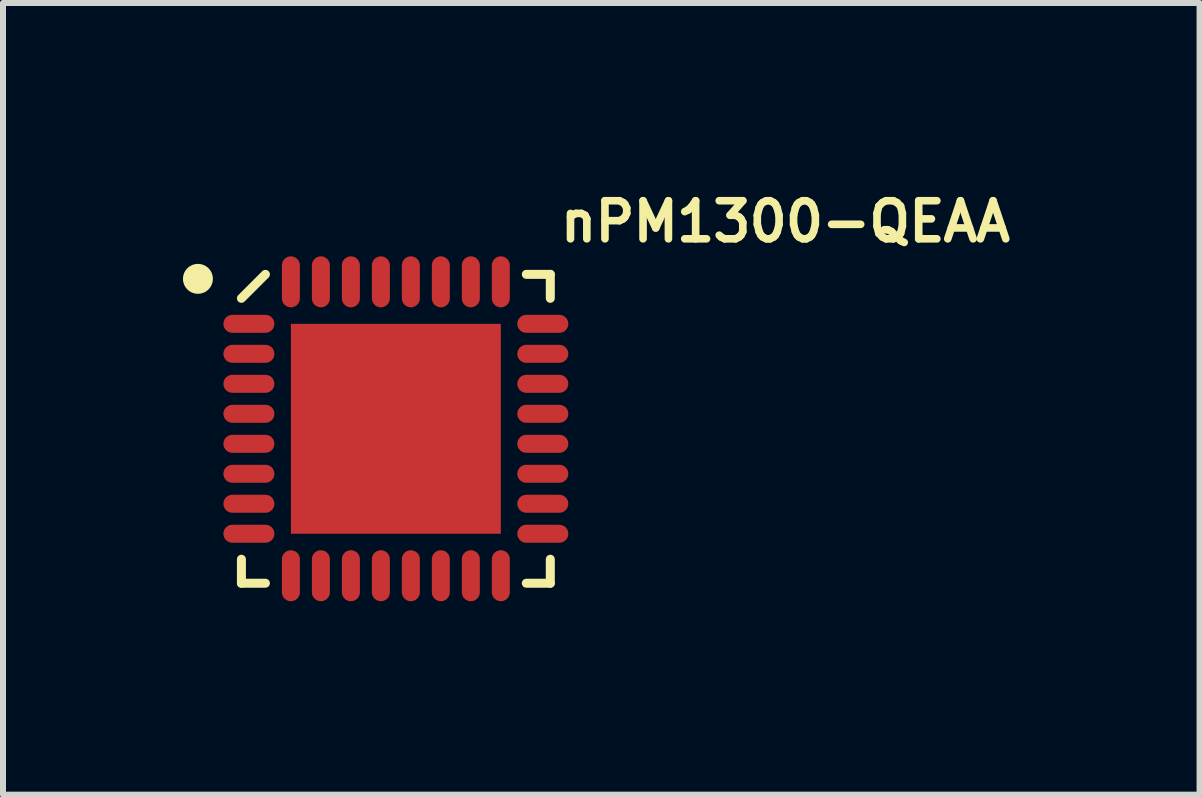
<source format=kicad_pcb>
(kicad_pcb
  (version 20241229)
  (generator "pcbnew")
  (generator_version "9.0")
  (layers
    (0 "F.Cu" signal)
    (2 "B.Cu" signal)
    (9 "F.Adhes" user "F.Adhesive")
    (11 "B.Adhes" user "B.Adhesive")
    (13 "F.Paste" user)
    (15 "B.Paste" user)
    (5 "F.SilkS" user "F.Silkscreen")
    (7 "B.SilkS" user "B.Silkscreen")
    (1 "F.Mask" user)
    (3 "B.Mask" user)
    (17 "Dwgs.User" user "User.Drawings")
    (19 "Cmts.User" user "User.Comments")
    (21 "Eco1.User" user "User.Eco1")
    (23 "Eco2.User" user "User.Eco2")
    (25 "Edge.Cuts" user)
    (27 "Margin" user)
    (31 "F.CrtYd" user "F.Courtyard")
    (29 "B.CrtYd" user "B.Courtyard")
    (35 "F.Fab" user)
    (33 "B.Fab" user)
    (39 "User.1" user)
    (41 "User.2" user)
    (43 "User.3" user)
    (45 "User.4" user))
  (footprint "nPM1300-QEAA"
    (layer "F.Cu")
    (at 3.55 4.099)
    (property "Reference" "nPM1300-QEAA" (at 2.677 -3.083 0) (unlocked yes) (layer "F.SilkS") (effects (font (size 0.635 0.635) (thickness 0.127)) (justify left bottom)))
    (fp_line (start -2.575 -2.175) (end -2.175 -2.575) (stroke (width 0.15) (type solid)) (layer "F.SilkS"))
    (fp_line (start -2.575 2.575) (end -2.575 2.175) (stroke (width 0.15) (type solid)) (layer "F.SilkS"))
    (fp_line (start -2.575 2.575) (end -2.175 2.575) (stroke (width 0.15) (type solid)) (layer "F.SilkS"))
    (fp_line (start 2.175 -2.575) (end 2.575 -2.575) (stroke (width 0.15) (type solid)) (layer "F.SilkS"))
    (fp_line (start 2.175 2.575) (end 2.575 2.575) (stroke (width 0.15) (type solid)) (layer "F.SilkS"))
    (fp_line (start 2.575 -2.175) (end 2.575 -2.575) (stroke (width 0.15) (type solid)) (layer "F.SilkS"))
    (fp_line (start 2.575 2.575) (end 2.575 2.175) (stroke (width 0.15) (type solid)) (layer "F.SilkS"))
    (fp_circle (center -3.3 -2.5) (end -3.3 -2.625) (stroke (width 0.25) (type solid)) (fill no) (layer "F.SilkS"))
    (fp_line (start -3.075 -3.075) (end 3.075 -3.075) (stroke (width 0.05) (type solid)) (layer "Eco1.User"))
    (fp_line (start -3.075 3.075) (end -3.075 -3.075) (stroke (width 0.05) (type solid)) (layer "Eco1.User"))
    (fp_line (start -3.075 3.075) (end 3.075 3.075) (stroke (width 0.05) (type solid)) (layer "Eco1.User"))
    (fp_line (start -0.5 0) (end 0.5 0) (stroke (width 0.1) (type solid)) (layer "Eco1.User"))
    (fp_line (start -0.00001 0.5) (end -0.00001 -0.5) (stroke (width 0.1) (type solid)) (layer "Eco1.User"))
    (fp_line (start 3.075 3.075) (end 3.075 -3.075) (stroke (width 0.05) (type solid)) (layer "Eco1.User"))
    (fp_line (start -2.571 -1.845) (end -2.5 -1.845) (stroke (width 0.1) (type solid)) (layer "User.7"))
    (fp_line (start -2.571 -1.655) (end -2.5 -1.655) (stroke (width 0.1) (type solid)) (layer "User.7"))
    (fp_line (start -2.571 -1.345) (end -2.5 -1.345) (stroke (width 0.1) (type solid)) (layer "User.7"))
    (fp_line (start -2.571 -1.155) (end -2.5 -1.155) (stroke (width 0.1) (type solid)) (layer "User.7"))
    (fp_line (start -2.571 -0.845) (end -2.5 -0.845) (stroke (width 0.1) (type solid)) (layer "User.7"))
    (fp_line (start -2.571 -0.655) (end -2.5 -0.655) (stroke (width 0.1) (type solid)) (layer "User.7"))
    (fp_line (start -2.571 -0.345) (end -2.5 -0.345) (stroke (width 0.1) (type solid)) (layer "User.7"))
    (fp_line (start -2.571 -0.155) (end -2.5 -0.155) (stroke (width 0.1) (type solid)) (layer "User.7"))
    (fp_line (start -2.571 0.155) (end -2.5 0.155) (stroke (width 0.1) (type solid)) (layer "User.7"))
    (fp_line (start -2.571 0.345) (end -2.5 0.345) (stroke (width 0.1) (type solid)) (layer "User.7"))
    (fp_line (start -2.571 0.655) (end -2.5 0.655) (stroke (width 0.1) (type solid)) (layer "User.7"))
    (fp_line (start -2.571 0.845) (end -2.5 0.845) (stroke (width 0.1) (type solid)) (layer "User.7"))
    (fp_line (start -2.571 1.155) (end -2.5 1.155) (stroke (width 0.1) (type solid)) (layer "User.7"))
    (fp_line (start -2.571 1.345) (end -2.5 1.345) (stroke (width 0.1) (type solid)) (layer "User.7"))
    (fp_line (start -2.571 1.655) (end -2.5 1.655) (stroke (width 0.1) (type solid)) (layer "User.7"))
    (fp_line (start -2.571 1.845) (end -2.5 1.845) (stroke (width 0.1) (type solid)) (layer "User.7"))
    (fp_line (start -2.5 -2.5) (end 2.5 -2.5) (stroke (width 0.1) (type solid)) (layer "User.7"))
    (fp_line (start -2.5 2.5) (end -2.5 -2.5) (stroke (width 0.1) (type solid)) (layer "User.7"))
    (fp_line (start -2.5 2.5) (end 2.5 2.5) (stroke (width 0.1) (type solid)) (layer "User.7"))
    (fp_line (start -1.845 -2.5) (end -1.845 -2.571) (stroke (width 0.1) (type solid)) (layer "User.7"))
    (fp_line (start -1.845 2.571) (end -1.845 2.5) (stroke (width 0.1) (type solid)) (layer "User.7"))
    (fp_line (start -1.655 -2.5) (end -1.655 -2.571) (stroke (width 0.1) (type solid)) (layer "User.7"))
    (fp_line (start -1.655 2.571) (end -1.655 2.5) (stroke (width 0.1) (type solid)) (layer "User.7"))
    (fp_line (start -1.345 -2.5) (end -1.345 -2.571) (stroke (width 0.1) (type solid)) (layer "User.7"))
    (fp_line (start -1.345 2.5) (end -1.345 2.571) (stroke (width 0.1) (type solid)) (layer "User.7"))
    (fp_line (start -1.155 -2.5) (end -1.155 -2.571) (stroke (width 0.1) (type solid)) (layer "User.7"))
    (fp_line (start -1.155 2.571) (end -1.155 2.5) (stroke (width 0.1) (type solid)) (layer "User.7"))
    (fp_line (start -0.845 -2.5) (end -0.845 -2.571) (stroke (width 0.1) (type solid)) (layer "User.7"))
    (fp_line (start -0.845 2.571) (end -0.845 2.5) (stroke (width 0.1) (type solid)) (layer "User.7"))
    (fp_line (start -0.655 -2.5) (end -0.655 -2.571) (stroke (width 0.1) (type solid)) (layer "User.7"))
    (fp_line (start -0.655 2.571) (end -0.655 2.5) (stroke (width 0.1) (type solid)) (layer "User.7"))
    (fp_line (start -0.345 -2.5) (end -0.345 -2.571) (stroke (width 0.1) (type solid)) (layer "User.7"))
    (fp_line (start -0.345 2.571) (end -0.345 2.5) (stroke (width 0.1) (type solid)) (layer "User.7"))
    (fp_line (start -0.155 -2.5) (end -0.155 -2.571) (stroke (width 0.1) (type solid)) (layer "User.7"))
    (fp_line (start -0.155 2.571) (end -0.155 2.5) (stroke (width 0.1) (type solid)) (layer "User.7"))
    (fp_line (start 0.155 -2.5) (end 0.155 -2.571) (stroke (width 0.1) (type solid)) (layer "User.7"))
    (fp_line (start 0.155 2.571) (end 0.155 2.5) (stroke (width 0.1) (type solid)) (layer "User.7"))
    (fp_line (start 0.345 -2.5) (end 0.345 -2.571) (stroke (width 0.1) (type solid)) (layer "User.7"))
    (fp_line (start 0.345 2.571) (end 0.345 2.5) (stroke (width 0.1) (type solid)) (layer "User.7"))
    (fp_line (start 0.655 -2.5) (end 0.655 -2.571) (stroke (width 0.1) (type solid)) (layer "User.7"))
    (fp_line (start 0.655 2.571) (end 0.655 2.5) (stroke (width 0.1) (type solid)) (layer "User.7"))
    (fp_line (start 0.845 -2.5) (end 0.845 -2.571) (stroke (width 0.1) (type solid)) (layer "User.7"))
    (fp_line (start 0.845 2.571) (end 0.845 2.5) (stroke (width 0.1) (type solid)) (layer "User.7"))
    (fp_line (start 1.155 -2.5) (end 1.155 -2.571) (stroke (width 0.1) (type solid)) (layer "User.7"))
    (fp_line (start 1.155 2.571) (end 1.155 2.5) (stroke (width 0.1) (type solid)) (layer "User.7"))
    (fp_line (start 1.345 -2.571) (end 1.345 -2.5) (stroke (width 0.1) (type solid)) (layer "User.7"))
    (fp_line (start 1.345 2.571) (end 1.345 2.5) (stroke (width 0.1) (type solid)) (layer "User.7"))
    (fp_line (start 1.655 -2.5) (end 1.655 -2.571) (stroke (width 0.1) (type solid)) (layer "User.7"))
    (fp_line (start 1.655 2.571) (end 1.655 2.5) (stroke (width 0.1) (type solid)) (layer "User.7"))
    (fp_line (start 1.845 -2.5) (end 1.845 -2.571) (stroke (width 0.1) (type solid)) (layer "User.7"))
    (fp_line (start 1.845 2.571) (end 1.845 2.5) (stroke (width 0.1) (type solid)) (layer "User.7"))
    (fp_line (start 2.5 2.5) (end 2.5 -2.5) (stroke (width 0.1) (type solid)) (layer "User.7"))
    (fp_line (start 2.5 -1.845) (end 2.571 -1.845) (stroke (width 0.1) (type solid)) (layer "User.7"))
    (fp_line (start 2.5 -1.655) (end 2.571 -1.655) (stroke (width 0.1) (type solid)) (layer "User.7"))
    (fp_line (start 2.5 -1.345) (end 2.571 -1.345) (stroke (width 0.1) (type solid)) (layer "User.7"))
    (fp_line (start 2.5 -1.155) (end 2.571 -1.155) (stroke (width 0.1) (type solid)) (layer "User.7"))
    (fp_line (start 2.5 -0.845) (end 2.571 -0.845) (stroke (width 0.1) (type solid)) (layer "User.7"))
    (fp_line (start 2.5 -0.655) (end 2.571 -0.655) (stroke (width 0.1) (type solid)) (layer "User.7"))
    (fp_line (start 2.5 -0.345) (end 2.571 -0.345) (stroke (width 0.1) (type solid)) (layer "User.7"))
    (fp_line (start 2.5 -0.155) (end 2.571 -0.155) (stroke (width 0.1) (type solid)) (layer "User.7"))
    (fp_line (start 2.5 0.155) (end 2.571 0.155) (stroke (width 0.1) (type solid)) (layer "User.7"))
    (fp_line (start 2.5 0.345) (end 2.571 0.345) (stroke (width 0.1) (type solid)) (layer "User.7"))
    (fp_line (start 2.5 0.655) (end 2.571 0.655) (stroke (width 0.1) (type solid)) (layer "User.7"))
    (fp_line (start 2.5 0.845) (end 2.571 0.845) (stroke (width 0.1) (type solid)) (layer "User.7"))
    (fp_line (start 2.5 1.155) (end 2.571 1.155) (stroke (width 0.1) (type solid)) (layer "User.7"))
    (fp_line (start 2.5 1.345) (end 2.571 1.345) (stroke (width 0.1) (type solid)) (layer "User.7"))
    (fp_line (start 2.5 1.655) (end 2.571 1.655) (stroke (width 0.1) (type solid)) (layer "User.7"))
    (fp_line (start 2.5 1.845) (end 2.571 1.845) (stroke (width 0.1) (type solid)) (layer "User.7"))
    (fp_arc (start -2.57101 -1.65476) (mid -2.66626 -1.75001) (end -2.57101 -1.84526) (stroke (width 0.1) (type solid)) (layer "User.7"))
    (fp_arc (start -2.57101 -1.15473) (mid -2.66626 -1.24998) (end -2.57101 -1.34523) (stroke (width 0.1) (type solid)) (layer "User.7"))
    (fp_arc (start -2.57101 -0.65474) (mid -2.66626 -0.74999) (end -2.57101 -0.84524) (stroke (width 0.1) (type solid)) (layer "User.7"))
    (fp_arc (start -2.57101 -0.15474) (mid -2.66626 -0.24999) (end -2.57101 -0.34524) (stroke (width 0.1) (type solid)) (layer "User.7"))
    (fp_arc (start -2.57101 0.34524) (mid -2.66626 0.24999) (end -2.57101 0.15474) (stroke (width 0.1) (type solid)) (layer "User.7"))
    (fp_arc (start -2.57101 0.84526) (mid -2.66626 0.75001) (end -2.57101 0.65476) (stroke (width 0.1) (type solid)) (layer "User.7"))
    (fp_arc (start -2.57101 1.34526) (mid -2.66626 1.25001) (end -2.57101 1.15476) (stroke (width 0.1) (type solid)) (layer "User.7"))
    (fp_arc (start -2.57101 1.84526) (mid -2.66626 1.75001) (end -2.57101 1.65476) (stroke (width 0.1) (type solid)) (layer "User.7"))
    (fp_arc (start -1.84526 -2.57101) (mid -1.75001 -2.66626) (end -1.65476 -2.57101) (stroke (width 0.1) (type solid)) (layer "User.7"))
    (fp_arc (start -1.65476 2.57101) (mid -1.75001 2.66626) (end -1.84526 2.57101) (stroke (width 0.1) (type solid)) (layer "User.7"))
    (fp_arc (start -1.34526 -2.57101) (mid -1.25001 -2.66626) (end -1.15476 -2.57101) (stroke (width 0.1) (type solid)) (layer "User.7"))
    (fp_arc (start -1.15474 2.57101) (mid -1.24999 2.66626) (end -1.34524 2.57101) (stroke (width 0.1) (type solid)) (layer "User.7"))
    (fp_arc (start -0.84526 -2.57101) (mid -0.75001 -2.66626) (end -0.65476 -2.57101) (stroke (width 0.1) (type solid)) (layer "User.7"))
    (fp_arc (start -0.65474 2.57101) (mid -0.74999 2.66626) (end -0.84524 2.57101) (stroke (width 0.1) (type solid)) (layer "User.7"))
    (fp_arc (start -0.34524 -2.57101) (mid -0.24999 -2.66626) (end -0.15474 -2.57101) (stroke (width 0.1) (type solid)) (layer "User.7"))
    (fp_arc (start -0.15474 2.57101) (mid -0.24999 2.66626) (end -0.34524 2.57101) (stroke (width 0.1) (type solid)) (layer "User.7"))
    (fp_arc (start 0.15473 -2.57101) (mid 0.24998 -2.66626) (end 0.34523 -2.57101) (stroke (width 0.1) (type solid)) (layer "User.7"))
    (fp_arc (start 0.34523 2.57101) (mid 0.24998 2.66626) (end 0.15473 2.57101) (stroke (width 0.1) (type solid)) (layer "User.7"))
    (fp_arc (start 0.65473 -2.57101) (mid 0.74998 -2.66626) (end 0.84523 -2.57101) (stroke (width 0.1) (type solid)) (layer "User.7"))
    (fp_arc (start 0.84526 2.57101) (mid 0.75001 2.66626) (end 0.65476 2.57101) (stroke (width 0.1) (type solid)) (layer "User.7"))
    (fp_arc (start 1.15473 -2.57101) (mid 1.24998 -2.66626) (end 1.34523 -2.57101) (stroke (width 0.1) (type solid)) (layer "User.7"))
    (fp_arc (start 1.34526 2.57101) (mid 1.25001 2.66626) (end 1.15476 2.57101) (stroke (width 0.1) (type solid)) (layer "User.7"))
    (fp_arc (start 1.65476 -2.57101) (mid 1.75001 -2.66626) (end 1.84526 -2.57101) (stroke (width 0.1) (type solid)) (layer "User.7"))
    (fp_arc (start 1.84526 2.57101) (mid 1.75001 2.66626) (end 1.65476 2.57101) (stroke (width 0.1) (type solid)) (layer "User.7"))
    (fp_arc (start 2.571 -1.84526) (mid 2.66625 -1.75001) (end 2.571 -1.65476) (stroke (width 0.1) (type solid)) (layer "User.7"))
    (fp_arc (start 2.571 -1.34526) (mid 2.66625 -1.25001) (end 2.571 -1.15476) (stroke (width 0.1) (type solid)) (layer "User.7"))
    (fp_arc (start 2.571 -0.84526) (mid 2.66625 -0.75001) (end 2.571 -0.65476) (stroke (width 0.1) (type solid)) (layer "User.7"))
    (fp_arc (start 2.571 -0.34524) (mid 2.66625 -0.24999) (end 2.571 -0.15474) (stroke (width 0.1) (type solid)) (layer "User.7"))
    (fp_arc (start 2.571 0.15474) (mid 2.66625 0.24999) (end 2.571 0.34524) (stroke (width 0.1) (type solid)) (layer "User.7"))
    (fp_arc (start 2.571 0.65474) (mid 2.66625 0.74999) (end 2.571 0.84524) (stroke (width 0.1) (type solid)) (layer "User.7"))
    (fp_arc (start 2.571 1.15474) (mid 2.66625 1.24999) (end 2.571 1.34524) (stroke (width 0.1) (type solid)) (layer "User.7"))
    (fp_arc (start 2.571 1.65476) (mid 2.66625 1.75001) (end 2.571 1.84526) (stroke (width 0.1) (type solid)) (layer "User.7"))
    (fp_circle (center -1.75 -1.75) (end -1.75 -2.07) (stroke (width 0.1) (type solid)) (fill no) (layer "User.7"))
    (fp_text user "${REFERENCE}" (at -0.879 0.131 0) (unlocked yes) (layer "User.7") (effects (font (size 0.381 0.381) (thickness 0.076)) (justify left bottom)))
    (pad "1" smd oval (at -2.45 -1.75 90) (size 0.3 0.85) (layers "F.Cu" "F.Mask" "F.Paste"))
    (pad "2" smd oval (at -2.45 -1.25 90) (size 0.3 0.85) (layers "F.Cu" "F.Mask" "F.Paste"))
    (pad "3" smd oval (at -2.45 -0.75 90) (size 0.3 0.85) (layers "F.Cu" "F.Mask" "F.Paste"))
    (pad "4" smd oval (at -2.45 -0.25 90) (size 0.3 0.85) (layers "F.Cu" "F.Mask" "F.Paste"))
    (pad "5" smd oval (at -2.45 0.25 90) (size 0.3 0.85) (layers "F.Cu" "F.Mask" "F.Paste"))
    (pad "6" smd oval (at -2.45 0.75 90) (size 0.3 0.85) (layers "F.Cu" "F.Mask" "F.Paste"))
    (pad "7" smd oval (at -2.45 1.25 90) (size 0.3 0.85) (layers "F.Cu" "F.Mask" "F.Paste"))
    (pad "8" smd oval (at -2.45 1.75 90) (size 0.3 0.85) (layers "F.Cu" "F.Mask" "F.Paste"))
    (pad "9" smd oval (at -1.75 2.45) (size 0.3 0.85) (layers "F.Cu" "F.Mask" "F.Paste"))
    (pad "10" smd oval (at -1.25 2.45) (size 0.3 0.85) (layers "F.Cu" "F.Mask" "F.Paste"))
    (pad "11" smd oval (at -0.75 2.45) (size 0.3 0.85) (layers "F.Cu" "F.Mask" "F.Paste"))
    (pad "12" smd oval (at -0.25 2.45) (size 0.3 0.85) (layers "F.Cu" "F.Mask" "F.Paste"))
    (pad "13" smd oval (at 0.25 2.45) (size 0.3 0.85) (layers "F.Cu" "F.Mask" "F.Paste"))
    (pad "14" smd oval (at 0.75 2.45) (size 0.3 0.85) (layers "F.Cu" "F.Mask" "F.Paste"))
    (pad "15" smd oval (at 1.25 2.45) (size 0.3 0.85) (layers "F.Cu" "F.Mask" "F.Paste"))
    (pad "16" smd oval (at 1.75 2.45) (size 0.3 0.85) (layers "F.Cu" "F.Mask" "F.Paste"))
    (pad "17" smd oval (at 2.45 1.75 90) (size 0.3 0.85) (layers "F.Cu" "F.Mask" "F.Paste"))
    (pad "18" smd oval (at 2.45 1.25 90) (size 0.3 0.85) (layers "F.Cu" "F.Mask" "F.Paste"))
    (pad "19" smd oval (at 2.45 0.75 90) (size 0.3 0.85) (layers "F.Cu" "F.Mask" "F.Paste"))
    (pad "20" smd oval (at 2.45 0.25 90) (size 0.3 0.85) (layers "F.Cu" "F.Mask" "F.Paste"))
    (pad "21" smd oval (at 2.45 -0.25 90) (size 0.3 0.85) (layers "F.Cu" "F.Mask" "F.Paste"))
    (pad "22" smd oval (at 2.45 -0.75 90) (size 0.3 0.85) (layers "F.Cu" "F.Mask" "F.Paste"))
    (pad "23" smd oval (at 2.45 -1.25 90) (size 0.3 0.85) (layers "F.Cu" "F.Mask" "F.Paste"))
    (pad "24" smd oval (at 2.45 -1.75 90) (size 0.3 0.85) (layers "F.Cu" "F.Mask" "F.Paste"))
    (pad "25" smd oval (at 1.75 -2.45) (size 0.3 0.85) (layers "F.Cu" "F.Mask" "F.Paste"))
    (pad "26" smd oval (at 1.25 -2.45) (size 0.3 0.85) (layers "F.Cu" "F.Mask" "F.Paste"))
    (pad "27" smd oval (at 0.75 -2.45) (size 0.3 0.85) (layers "F.Cu" "F.Mask" "F.Paste"))
    (pad "28" smd oval (at 0.25 -2.45) (size 0.3 0.85) (layers "F.Cu" "F.Mask" "F.Paste"))
    (pad "29" smd oval (at -0.25 -2.45) (size 0.3 0.85) (layers "F.Cu" "F.Mask" "F.Paste"))
    (pad "30" smd oval (at -0.75 -2.45) (size 0.3 0.85) (layers "F.Cu" "F.Mask" "F.Paste"))
    (pad "31" smd oval (at -1.25 -2.45) (size 0.3 0.85) (layers "F.Cu" "F.Mask" "F.Paste"))
    (pad "32" smd oval (at -1.75 -2.45) (size 0.3 0.85) (layers "F.Cu" "F.Mask" "F.Paste"))
    (pad "33" smd rect (at -0.00001 0) (size 3.5 3.5) (layers "F.Cu" "F.Mask" "F.Paste")))
  (gr_rect
    (start -3 -3)
    (end 16.95 10.199)
    (stroke (width 0.1) (type default))
    (fill no)
    (layer "Edge.Cuts")))
</source>
